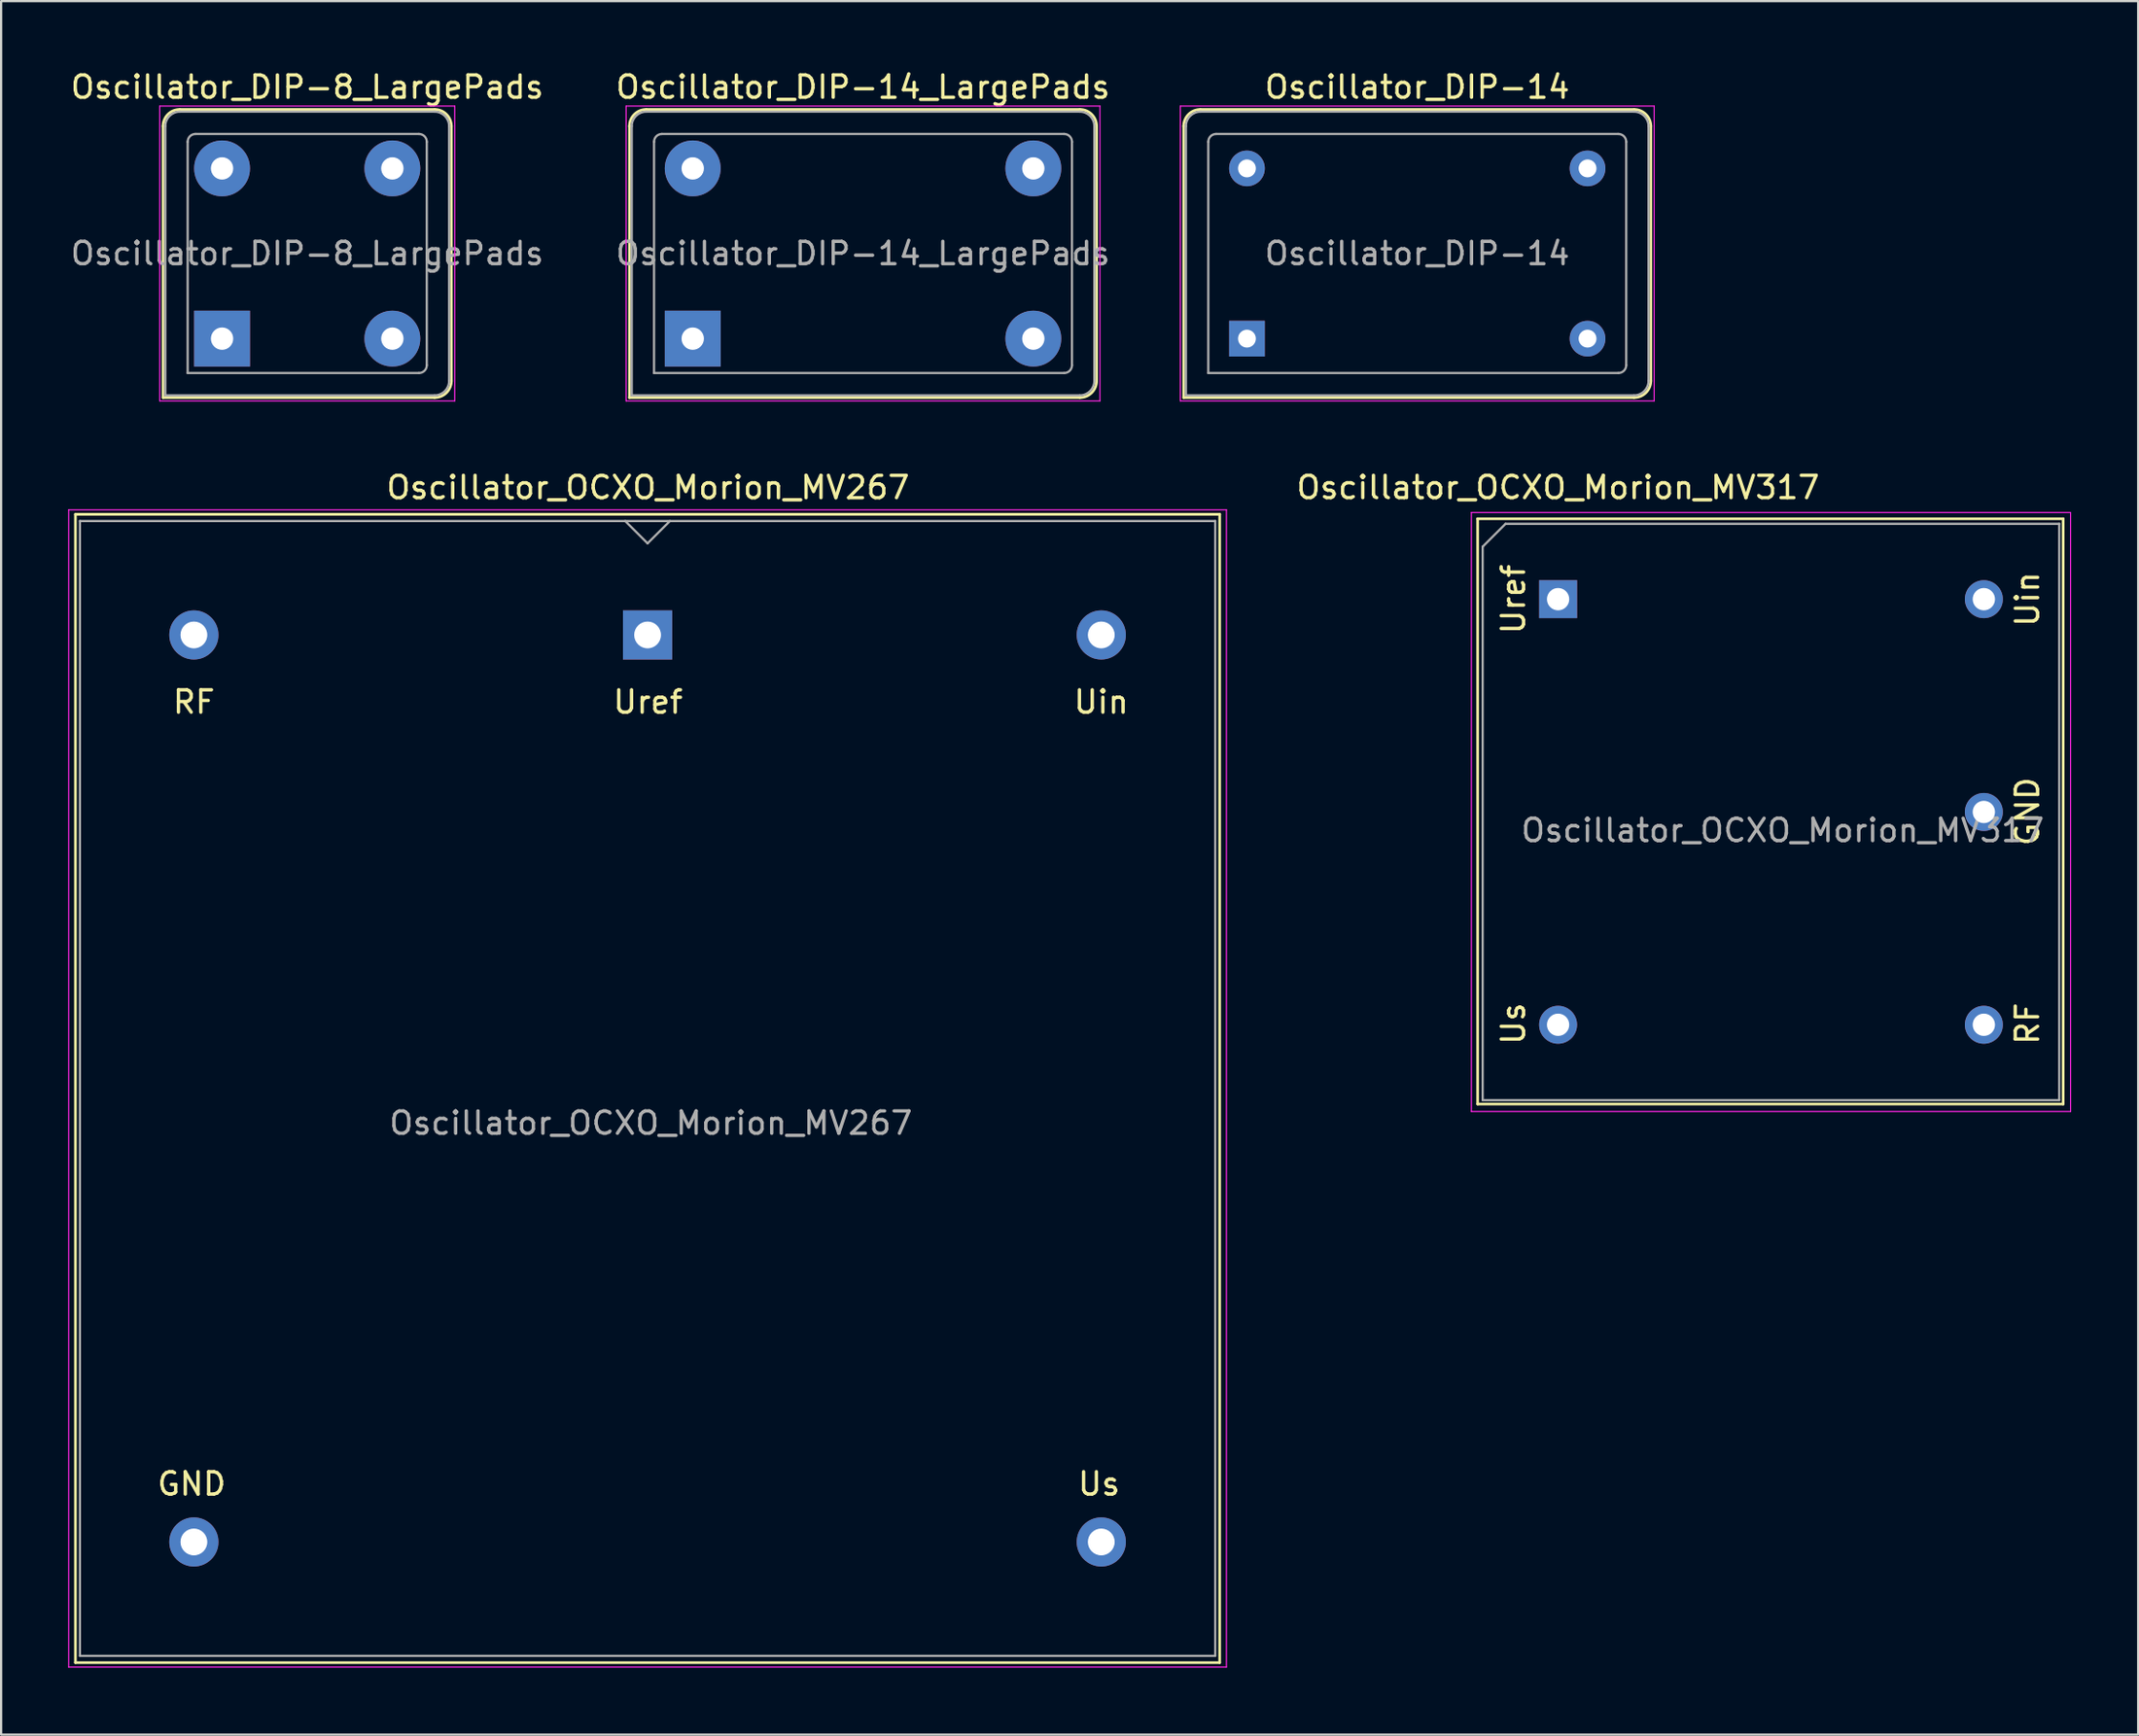
<source format=kicad_pcb>
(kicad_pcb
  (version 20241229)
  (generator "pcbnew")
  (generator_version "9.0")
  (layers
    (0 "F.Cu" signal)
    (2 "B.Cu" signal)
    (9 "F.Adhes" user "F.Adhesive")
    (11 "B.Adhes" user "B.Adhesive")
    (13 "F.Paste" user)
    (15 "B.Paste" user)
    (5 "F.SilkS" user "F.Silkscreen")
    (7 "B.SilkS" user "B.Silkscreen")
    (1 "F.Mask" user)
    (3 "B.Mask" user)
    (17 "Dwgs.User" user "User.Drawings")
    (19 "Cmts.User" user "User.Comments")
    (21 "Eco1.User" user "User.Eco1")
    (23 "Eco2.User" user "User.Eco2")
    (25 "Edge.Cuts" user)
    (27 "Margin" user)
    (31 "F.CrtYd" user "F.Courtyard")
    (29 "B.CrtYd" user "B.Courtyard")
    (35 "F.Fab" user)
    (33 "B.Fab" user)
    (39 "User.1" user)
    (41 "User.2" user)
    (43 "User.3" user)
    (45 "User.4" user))
  (footprint "Oscillator_DIP-8_LargePads"
    (layer "F.Cu")
    (at 6.886 12.108)
    (property "Reference" "Oscillator_DIP-8_LargePads" (at 3.81 -11.26 0) (layer "F.SilkS") (effects (font (size 1 1) (thickness 0.15))))
    (attr through_hole)
    (fp_line (start -2.64 -9.51) (end -2.64 2.64) (stroke (width 0.12) (type solid)) (layer "F.SilkS"))
    (fp_line (start -2.64 2.64) (end 9.51 2.64) (stroke (width 0.12) (type solid)) (layer "F.SilkS"))
    (fp_line (start 9.51 -10.26) (end -1.89 -10.26) (stroke (width 0.12) (type solid)) (layer "F.SilkS"))
    (fp_line (start 10.26 1.89) (end 10.26 -9.51) (stroke (width 0.12) (type solid)) (layer "F.SilkS"))
    (fp_arc (start -2.64 -9.51) (mid -2.42033 -10.04033) (end -1.89 -10.26) (stroke (width 0.12) (type solid)) (layer "F.SilkS"))
    (fp_arc (start 9.51 -10.26) (mid 10.04033 -10.04033) (end 10.26 -9.51) (stroke (width 0.12) (type solid)) (layer "F.SilkS"))
    (fp_arc (start 10.26 1.89) (mid 10.04033 2.42033) (end 9.51 2.64) (stroke (width 0.12) (type solid)) (layer "F.SilkS"))
    (fp_line (start -2.79 -10.41) (end -2.79 2.79) (stroke (width 0.05) (type solid)) (layer "F.CrtYd"))
    (fp_line (start -2.79 2.79) (end 10.41 2.79) (stroke (width 0.05) (type solid)) (layer "F.CrtYd"))
    (fp_line (start 10.41 -10.41) (end -2.79 -10.41) (stroke (width 0.05) (type solid)) (layer "F.CrtYd"))
    (fp_line (start 10.41 2.79) (end 10.41 -10.41) (stroke (width 0.05) (type solid)) (layer "F.CrtYd"))
    (fp_line (start -2.54 2.54) (end -2.54 -9.51) (stroke (width 0.1) (type solid)) (layer "F.Fab"))
    (fp_line (start -2.54 2.54) (end 9.51 2.54) (stroke (width 0.1) (type solid)) (layer "F.Fab"))
    (fp_line (start -1.89 -10.16) (end 9.51 -10.16) (stroke (width 0.1) (type solid)) (layer "F.Fab"))
    (fp_line (start -1.54 1.54) (end -1.54 -8.81) (stroke (width 0.1) (type solid)) (layer "F.Fab"))
    (fp_line (start -1.54 1.54) (end 8.81 1.54) (stroke (width 0.1) (type solid)) (layer "F.Fab"))
    (fp_line (start -1.19 -9.16) (end 8.81 -9.16) (stroke (width 0.1) (type solid)) (layer "F.Fab"))
    (fp_line (start 9.16 1.19) (end 9.16 -8.81) (stroke (width 0.1) (type solid)) (layer "F.Fab"))
    (fp_line (start 10.16 -9.51) (end 10.16 1.89) (stroke (width 0.1) (type solid)) (layer "F.Fab"))
    (fp_arc (start -2.54 -9.51) (mid -2.349619 -9.969619) (end -1.89 -10.16) (stroke (width 0.1) (type solid)) (layer "F.Fab"))
    (fp_arc (start -1.54 -8.81) (mid -1.437487 -9.057487) (end -1.19 -9.16) (stroke (width 0.1) (type solid)) (layer "F.Fab"))
    (fp_arc (start 8.81 -9.16) (mid 9.057487 -9.057487) (end 9.16 -8.81) (stroke (width 0.1) (type solid)) (layer "F.Fab"))
    (fp_arc (start 9.16 1.19) (mid 9.057487 1.437487) (end 8.81 1.54) (stroke (width 0.1) (type solid)) (layer "F.Fab"))
    (fp_arc (start 9.51 -10.16) (mid 9.969619 -9.969619) (end 10.16 -9.51) (stroke (width 0.1) (type solid)) (layer "F.Fab"))
    (fp_arc (start 10.16 1.89) (mid 9.969619 2.349619) (end 9.51 2.54) (stroke (width 0.1) (type solid)) (layer "F.Fab"))
    (fp_text user "${REFERENCE}" (at 3.81 -3.81 0) (layer "F.Fab") (effects (font (size 1 1) (thickness 0.15))))
    (pad "1" thru_hole rect (at 0 0) (size 2.5 2.5) (drill 1) (layers "*.Cu" "*.Mask"))
    (pad "4" thru_hole circle (at 7.62 0) (size 2.5 2.5) (drill 1) (layers "*.Cu" "*.Mask"))
    (pad "5" thru_hole circle (at 7.62 -7.62) (size 2.5 2.5) (drill 1) (layers "*.Cu" "*.Mask"))
    (pad "8" thru_hole circle (at 0 -7.62) (size 2.5 2.5) (drill 1) (layers "*.Cu" "*.Mask")))
  (footprint "Oscillator_DIP-14_LargePads"
    (layer "F.Cu")
    (at 27.945 12.108)
    (property "Reference" "Oscillator_DIP-14_LargePads" (at 7.62 -11.26 0) (layer "F.SilkS") (effects (font (size 1 1) (thickness 0.15))))
    (attr through_hole)
    (fp_line (start -2.83 -9.51) (end -2.83 2.64) (stroke (width 0.12) (type solid)) (layer "F.SilkS"))
    (fp_line (start -2.83 2.64) (end 17.32 2.64) (stroke (width 0.12) (type solid)) (layer "F.SilkS"))
    (fp_line (start 17.32 -10.26) (end -2.08 -10.26) (stroke (width 0.12) (type solid)) (layer "F.SilkS"))
    (fp_line (start 18.07 1.89) (end 18.07 -9.51) (stroke (width 0.12) (type solid)) (layer "F.SilkS"))
    (fp_arc (start -2.83 -9.51) (mid -2.61033 -10.04033) (end -2.08 -10.26) (stroke (width 0.12) (type solid)) (layer "F.SilkS"))
    (fp_arc (start 17.32 -10.26) (mid 17.85033 -10.04033) (end 18.07 -9.51) (stroke (width 0.12) (type solid)) (layer "F.SilkS"))
    (fp_arc (start 18.07 1.89) (mid 17.85033 2.42033) (end 17.32 2.64) (stroke (width 0.12) (type solid)) (layer "F.SilkS"))
    (fp_line (start -2.98 -10.41) (end -2.98 2.79) (stroke (width 0.05) (type solid)) (layer "F.CrtYd"))
    (fp_line (start -2.98 2.79) (end 18.22 2.79) (stroke (width 0.05) (type solid)) (layer "F.CrtYd"))
    (fp_line (start 18.22 -10.41) (end -2.98 -10.41) (stroke (width 0.05) (type solid)) (layer "F.CrtYd"))
    (fp_line (start 18.22 2.79) (end 18.22 -10.41) (stroke (width 0.05) (type solid)) (layer "F.CrtYd"))
    (fp_line (start -2.73 2.54) (end -2.73 -9.51) (stroke (width 0.1) (type solid)) (layer "F.Fab"))
    (fp_line (start -2.73 2.54) (end 17.32 2.54) (stroke (width 0.1) (type solid)) (layer "F.Fab"))
    (fp_line (start -2.08 -10.16) (end 17.32 -10.16) (stroke (width 0.1) (type solid)) (layer "F.Fab"))
    (fp_line (start -1.73 1.54) (end -1.73 -8.81) (stroke (width 0.1) (type solid)) (layer "F.Fab"))
    (fp_line (start -1.73 1.54) (end 16.62 1.54) (stroke (width 0.1) (type solid)) (layer "F.Fab"))
    (fp_line (start -1.38 -9.16) (end 16.62 -9.16) (stroke (width 0.1) (type solid)) (layer "F.Fab"))
    (fp_line (start 16.97 1.19) (end 16.97 -8.81) (stroke (width 0.1) (type solid)) (layer "F.Fab"))
    (fp_line (start 17.97 -9.51) (end 17.97 1.89) (stroke (width 0.1) (type solid)) (layer "F.Fab"))
    (fp_arc (start -2.73 -9.51) (mid -2.539619 -9.969619) (end -2.08 -10.16) (stroke (width 0.1) (type solid)) (layer "F.Fab"))
    (fp_arc (start -1.73 -8.81) (mid -1.627487 -9.057487) (end -1.38 -9.16) (stroke (width 0.1) (type solid)) (layer "F.Fab"))
    (fp_arc (start 16.62 -9.16) (mid 16.867487 -9.057487) (end 16.97 -8.81) (stroke (width 0.1) (type solid)) (layer "F.Fab"))
    (fp_arc (start 16.97 1.19) (mid 16.867487 1.437487) (end 16.62 1.54) (stroke (width 0.1) (type solid)) (layer "F.Fab"))
    (fp_arc (start 17.32 -10.16) (mid 17.779619 -9.969619) (end 17.97 -9.51) (stroke (width 0.1) (type solid)) (layer "F.Fab"))
    (fp_arc (start 17.97 1.89) (mid 17.779619 2.349619) (end 17.32 2.54) (stroke (width 0.1) (type solid)) (layer "F.Fab"))
    (fp_text user "${REFERENCE}" (at 7.62 -3.81 0) (layer "F.Fab") (effects (font (size 1 1) (thickness 0.15))))
    (pad "1" thru_hole rect (at 0 0) (size 2.5 2.5) (drill 1) (layers "*.Cu" "*.Mask"))
    (pad "7" thru_hole circle (at 15.24 0) (size 2.5 2.5) (drill 1) (layers "*.Cu" "*.Mask"))
    (pad "8" thru_hole circle (at 15.24 -7.62) (size 2.5 2.5) (drill 1) (layers "*.Cu" "*.Mask"))
    (pad "14" thru_hole circle (at 0 -7.62) (size 2.5 2.5) (drill 1) (layers "*.Cu" "*.Mask")))
  (footprint "Oscillator_OCXO_Morion_MV267"
    (layer "F.Cu")
    (at 25.925 25.372)
    (property "Reference" "Oscillator_OCXO_Morion_MV267" (at 0.02 -6.6 0) (layer "F.SilkS") (effects (font (size 1 1) (thickness 0.15))))
    (attr through_hole)
    (fp_line (start -25.6 -5.4) (end -25.6 46) (stroke (width 0.12) (type solid)) (layer "F.SilkS"))
    (fp_line (start -25.6 46) (end 25.6 46) (stroke (width 0.12) (type solid)) (layer "F.SilkS"))
    (fp_line (start 25.6 -5.4) (end -25.6 -5.4) (stroke (width 0.12) (type solid)) (layer "F.SilkS"))
    (fp_line (start 25.6 46) (end 25.6 -5.4) (stroke (width 0.12) (type solid)) (layer "F.SilkS"))
    (fp_line (start -25.9 -5.6) (end -25.9 46.2) (stroke (width 0.05) (type solid)) (layer "F.CrtYd"))
    (fp_line (start -25.9 -5.6) (end 25.9 -5.6) (stroke (width 0.05) (type solid)) (layer "F.CrtYd"))
    (fp_line (start 25.9 46.2) (end -25.9 46.2) (stroke (width 0.05) (type solid)) (layer "F.CrtYd"))
    (fp_line (start 25.9 46.2) (end 25.9 -5.6) (stroke (width 0.05) (type solid)) (layer "F.CrtYd"))
    (fp_line (start -25.4 -5.1) (end 25.4 -5.1) (stroke (width 0.1) (type solid)) (layer "F.Fab"))
    (fp_line (start -25.4 45.7) (end -25.4 -5.1) (stroke (width 0.1) (type solid)) (layer "F.Fab"))
    (fp_line (start -1 -5.1) (end 0 -4.1) (stroke (width 0.1) (type solid)) (layer "F.Fab"))
    (fp_line (start 0 -4.1) (end 1 -5.1) (stroke (width 0.1) (type solid)) (layer "F.Fab"))
    (fp_line (start 25.4 -5.1) (end 25.4 45.7) (stroke (width 0.1) (type solid)) (layer "F.Fab"))
    (fp_line (start 25.4 45.7) (end -25.4 45.7) (stroke (width 0.1) (type solid)) (layer "F.Fab"))
    (fp_text user "Uin" (at 20.3 3 0) (layer "F.SilkS") (effects (font (size 1 1) (thickness 0.15))))
    (fp_text user "Us" (at 20.2 38 0) (layer "F.SilkS") (effects (font (size 1 1) (thickness 0.15))))
    (fp_text user "RF" (at -20.3 3 0) (layer "F.SilkS") (effects (font (size 1 1) (thickness 0.15))))
    (fp_text user "GND" (at -20.4 38 0) (layer "F.SilkS") (effects (font (size 1 1) (thickness 0.15))))
    (fp_text user "Uref" (at 0.02 3 0) (layer "F.SilkS") (effects (font (size 1 1) (thickness 0.15))))
    (fp_text user "${REFERENCE}" (at 0.15 21.85 0) (layer "F.Fab") (effects (font (size 1 1) (thickness 0.15))))
    (pad "1" thru_hole rect (at 0 0) (size 2.2 2.2) (drill 1.2) (layers "*.Cu" "*.Mask"))
    (pad "2" thru_hole circle (at 20.3 40.6) (size 2.2 2.2) (drill 1.2) (layers "*.Cu" "*.Mask"))
    (pad "3" thru_hole circle (at -20.3 0) (size 2.2 2.2) (drill 1.2) (layers "*.Cu" "*.Mask"))
    (pad "4" thru_hole circle (at -20.3 40.6) (size 2.2 2.2) (drill 1.2) (layers "*.Cu" "*.Mask"))
    (pad "5" thru_hole circle (at 20.3 0) (size 2.2 2.2) (drill 1.2) (layers "*.Cu" "*.Mask")))
  (footprint "Oscillator_OCXO_Morion_MV317"
    (layer "F.Cu")
    (at 66.665 23.771)
    (property "Reference" "Oscillator_OCXO_Morion_MV317" (at 0 -5 0) (layer "F.SilkS") (effects (font (size 1 1) (thickness 0.15))))
    (attr through_hole)
    (fp_line (start -3.6 -3.6) (end -3.6 22.6) (stroke (width 0.12) (type solid)) (layer "F.SilkS"))
    (fp_line (start -3.6 22.6) (end 22.6 22.6) (stroke (width 0.12) (type solid)) (layer "F.SilkS"))
    (fp_line (start 22.6 -3.6) (end -3.6 -3.6) (stroke (width 0.12) (type solid)) (layer "F.SilkS"))
    (fp_line (start 22.6 22.6) (end 22.6 -3.6) (stroke (width 0.12) (type solid)) (layer "F.SilkS"))
    (fp_line (start -3.88 -3.88) (end -3.88 22.93) (stroke (width 0.05) (type solid)) (layer "F.CrtYd"))
    (fp_line (start -3.88 -3.88) (end 22.93 -3.88) (stroke (width 0.05) (type solid)) (layer "F.CrtYd"))
    (fp_line (start 22.93 22.93) (end -3.88 22.93) (stroke (width 0.05) (type solid)) (layer "F.CrtYd"))
    (fp_line (start 22.93 22.93) (end 22.93 -3.88) (stroke (width 0.05) (type solid)) (layer "F.CrtYd"))
    (fp_line (start -3.375 -2.35) (end -2.35 -3.375) (stroke (width 0.1) (type solid)) (layer "F.Fab"))
    (fp_line (start -3.375 22.425) (end -3.375 -2.35) (stroke (width 0.1) (type solid)) (layer "F.Fab"))
    (fp_line (start -2.35 -3.375) (end 22.425 -3.375) (stroke (width 0.1) (type solid)) (layer "F.Fab"))
    (fp_line (start 22.425 -3.375) (end 22.425 22.425) (stroke (width 0.1) (type solid)) (layer "F.Fab"))
    (fp_line (start 22.425 22.425) (end -3.375 22.425) (stroke (width 0.1) (type solid)) (layer "F.Fab"))
    (fp_text user "Uref" (at -2 0 270) (layer "F.SilkS") (effects (font (size 1 1) (thickness 0.15))))
    (fp_text user "Us" (at -2 19 270) (layer "F.SilkS") (effects (font (size 1 1) (thickness 0.15))))
    (fp_text user "RF" (at 21 19 270) (layer "F.SilkS") (effects (font (size 1 1) (thickness 0.15))))
    (fp_text user "Uin" (at 21 0 270) (layer "F.SilkS") (effects (font (size 1 1) (thickness 0.15))))
    (fp_text user "GND" (at 21 9.5 270) (layer "F.SilkS") (effects (font (size 1 1) (thickness 0.15))))
    (fp_text user "${REFERENCE}" (at 10.05 10.35 0) (layer "F.Fab") (effects (font (size 1 1) (thickness 0.15))))
    (pad "1" thru_hole rect (at 0 0 270) (size 1.7 1.7) (drill 1) (layers "*.Cu" "*.Mask"))
    (pad "2" thru_hole circle (at 0 19.05 270) (size 1.7 1.7) (drill 1) (layers "*.Cu" "*.Mask"))
    (pad "3" thru_hole circle (at 19.05 19.05 270) (size 1.7 1.7) (drill 1) (layers "*.Cu" "*.Mask"))
    (pad "4" thru_hole circle (at 19.05 9.525 270) (size 1.7 1.7) (drill 1) (layers "*.Cu" "*.Mask"))
    (pad "5" thru_hole circle (at 19.05 0 270) (size 1.7 1.7) (drill 1) (layers "*.Cu" "*.Mask")))
  (footprint "Oscillator_DIP-14"
    (layer "F.Cu")
    (at 52.743 12.108)
    (property "Reference" "Oscillator_DIP-14" (at 7.62 -11.26 0) (layer "F.SilkS") (effects (font (size 1 1) (thickness 0.15))))
    (attr through_hole)
    (fp_line (start -2.83 -9.51) (end -2.83 2.64) (stroke (width 0.12) (type solid)) (layer "F.SilkS"))
    (fp_line (start -2.83 2.64) (end 17.32 2.64) (stroke (width 0.12) (type solid)) (layer "F.SilkS"))
    (fp_line (start 17.32 -10.26) (end -2.08 -10.26) (stroke (width 0.12) (type solid)) (layer "F.SilkS"))
    (fp_line (start 18.07 1.89) (end 18.07 -9.51) (stroke (width 0.12) (type solid)) (layer "F.SilkS"))
    (fp_arc (start -2.83 -9.51) (mid -2.61033 -10.04033) (end -2.08 -10.26) (stroke (width 0.12) (type solid)) (layer "F.SilkS"))
    (fp_arc (start 17.32 -10.26) (mid 17.85033 -10.04033) (end 18.07 -9.51) (stroke (width 0.12) (type solid)) (layer "F.SilkS"))
    (fp_arc (start 18.07 1.89) (mid 17.85033 2.42033) (end 17.32 2.64) (stroke (width 0.12) (type solid)) (layer "F.SilkS"))
    (fp_line (start -2.98 -10.41) (end -2.98 2.79) (stroke (width 0.05) (type solid)) (layer "F.CrtYd"))
    (fp_line (start -2.98 2.79) (end 18.22 2.79) (stroke (width 0.05) (type solid)) (layer "F.CrtYd"))
    (fp_line (start 18.22 -10.41) (end -2.98 -10.41) (stroke (width 0.05) (type solid)) (layer "F.CrtYd"))
    (fp_line (start 18.22 2.79) (end 18.22 -10.41) (stroke (width 0.05) (type solid)) (layer "F.CrtYd"))
    (fp_line (start -2.73 2.54) (end -2.73 -9.51) (stroke (width 0.1) (type solid)) (layer "F.Fab"))
    (fp_line (start -2.73 2.54) (end 17.32 2.54) (stroke (width 0.1) (type solid)) (layer "F.Fab"))
    (fp_line (start -2.08 -10.16) (end 17.32 -10.16) (stroke (width 0.1) (type solid)) (layer "F.Fab"))
    (fp_line (start -1.73 1.54) (end -1.73 -8.81) (stroke (width 0.1) (type solid)) (layer "F.Fab"))
    (fp_line (start -1.73 1.54) (end 16.62 1.54) (stroke (width 0.1) (type solid)) (layer "F.Fab"))
    (fp_line (start -1.38 -9.16) (end 16.62 -9.16) (stroke (width 0.1) (type solid)) (layer "F.Fab"))
    (fp_line (start 16.97 1.19) (end 16.97 -8.81) (stroke (width 0.1) (type solid)) (layer "F.Fab"))
    (fp_line (start 17.97 -9.51) (end 17.97 1.89) (stroke (width 0.1) (type solid)) (layer "F.Fab"))
    (fp_arc (start -2.73 -9.51) (mid -2.539619 -9.969619) (end -2.08 -10.16) (stroke (width 0.1) (type solid)) (layer "F.Fab"))
    (fp_arc (start -1.73 -8.81) (mid -1.627487 -9.057487) (end -1.38 -9.16) (stroke (width 0.1) (type solid)) (layer "F.Fab"))
    (fp_arc (start 16.62 -9.16) (mid 16.867487 -9.057487) (end 16.97 -8.81) (stroke (width 0.1) (type solid)) (layer "F.Fab"))
    (fp_arc (start 16.97 1.19) (mid 16.867487 1.437487) (end 16.62 1.54) (stroke (width 0.1) (type solid)) (layer "F.Fab"))
    (fp_arc (start 17.32 -10.16) (mid 17.779619 -9.969619) (end 17.97 -9.51) (stroke (width 0.1) (type solid)) (layer "F.Fab"))
    (fp_arc (start 17.97 1.89) (mid 17.779619 2.349619) (end 17.32 2.54) (stroke (width 0.1) (type solid)) (layer "F.Fab"))
    (fp_text user "${REFERENCE}" (at 7.62 -3.81 0) (layer "F.Fab") (effects (font (size 1 1) (thickness 0.15))))
    (pad "1" thru_hole rect (at 0 0) (size 1.6 1.6) (drill 0.8) (layers "*.Cu" "*.Mask"))
    (pad "7" thru_hole circle (at 15.24 0) (size 1.6 1.6) (drill 0.8) (layers "*.Cu" "*.Mask"))
    (pad "8" thru_hole circle (at 15.24 -7.62) (size 1.6 1.6) (drill 0.8) (layers "*.Cu" "*.Mask"))
    (pad "14" thru_hole circle (at 0 -7.62) (size 1.6 1.6) (drill 0.8) (layers "*.Cu" "*.Mask")))
  (gr_rect
    (start -3 -3)
    (end 92.62 74.597)
    (stroke (width 0.1) (type default))
    (fill no)
    (layer "Edge.Cuts")))
</source>
